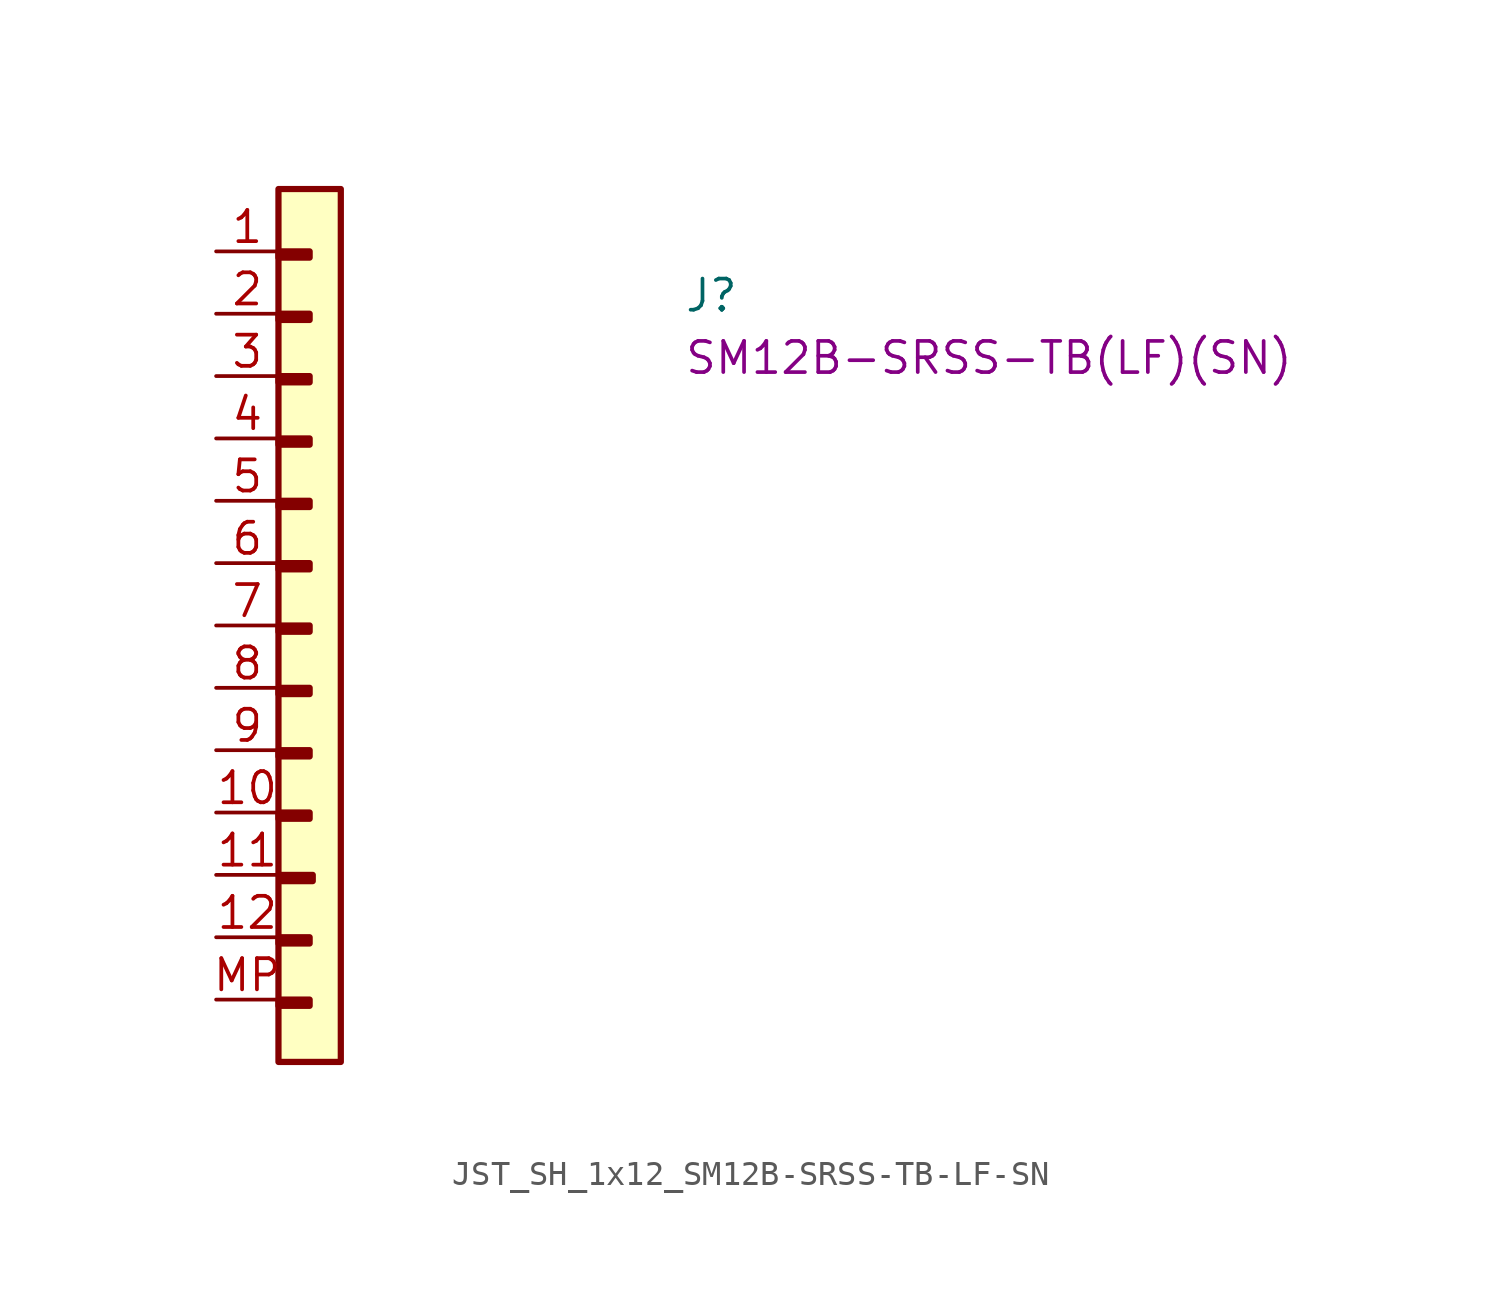
<source format=kicad_sym>
(kicad_symbol_lib
  (version 20220914)
  (generator kicad_symbol_editor)
  (symbol "JST_SH_1x12_SM12B-SRSS-TB-LF-SN"
    (property "Reference" "J"
      (at 19.05 -2.54 0)
      (effects (font (size 1.27 1.27) (thickness 0.15)) (justify left bottom)))
    (property "MPN" "SM12B-SRSS-TB(LF)(SN)"
      (at 19.05 -5.08 0)
      (effects (font (size 1.27 1.27) (thickness 0.15)) (justify left bottom)))
    (symbol "JST_SH_1x12_SM12B-SRSS-TB-LF-SN_1_1"
      (rectangle (start 2.54 -30.48) (end 3.81 -30.734) (stroke (width 0.254) (type default)) (fill (type background)))
      (rectangle (start 2.54 -27.94) (end 3.81 -28.194) (stroke (width 0.254) (type default)) (fill (type background)))
      (rectangle (start 2.54 -22.86) (end 3.81 -23.114) (stroke (width 0.254) (type default)) (fill (type background)))
      (rectangle (start 2.54 -20.32) (end 3.81 -20.574) (stroke (width 0.254) (type default)) (fill (type background)))
      (rectangle (start 2.54 -17.78) (end 3.81 -18.034) (stroke (width 0.254) (type default)) (fill (type background)))
      (rectangle (start 2.54 -15.24) (end 3.81 -15.494) (stroke (width 0.254) (type default)) (fill (type background)))
      (rectangle (start 2.54 -12.7) (end 3.81 -12.954) (stroke (width 0.254) (type default)) (fill (type background)))
      (rectangle (start 2.54 -10.16) (end 3.81 -10.414) (stroke (width 0.254) (type default)) (fill (type background)))
      (rectangle (start 2.54 -7.62) (end 3.81 -7.874) (stroke (width 0.254) (type default)) (fill (type background)))
      (rectangle (start 2.54 -5.08) (end 3.81 -5.334) (stroke (width 0.254) (type default)) (fill (type background)))
      (rectangle (start 2.54 -2.54) (end 3.81 -2.794) (stroke (width 0.254) (type default)) (fill (type background)))
      (rectangle (start 2.54 0) (end 3.81 -0.254) (stroke (width 0.254) (type default)) (fill (type background)))
      (rectangle (start 2.54 2.54) (end 5.08 -33.02) (stroke (width 0.254) (type default)) (fill (type background)))
      (rectangle (start 2.667 -25.4) (end 3.937 -25.654) (stroke (width 0.254) (type default)) (fill (type background)))
      (pin passive line (at 0 0 0) (length 2.54) (name "~" (effects (font (size 1.27 1.27)))) (number "1" (effects (font (size 1.27 1.27)))))
      (pin passive line (at 0 -22.86 0) (length 2.54) (name "~" (effects (font (size 1.27 1.27)))) (number "10" (effects (font (size 1.27 1.27)))))
      (pin passive line (at 0 -25.4 0) (length 2.54) (name "~" (effects (font (size 1.27 1.27)))) (number "11" (effects (font (size 1.27 1.27)))))
      (pin passive line (at 0 -27.94 0) (length 2.54) (name "~" (effects (font (size 1.27 1.27)))) (number "12" (effects (font (size 1.27 1.27)))))
      (pin passive line (at 0 -2.54 0) (length 2.54) (name "~" (effects (font (size 1.27 1.27)))) (number "2" (effects (font (size 1.27 1.27)))))
      (pin passive line (at 0 -5.08 0) (length 2.54) (name "~" (effects (font (size 1.27 1.27)))) (number "3" (effects (font (size 1.27 1.27)))))
      (pin passive line (at 0 -7.62 0) (length 2.54) (name "~" (effects (font (size 1.27 1.27)))) (number "4" (effects (font (size 1.27 1.27)))))
      (pin passive line (at 0 -10.16 0) (length 2.54) (name "~" (effects (font (size 1.27 1.27)))) (number "5" (effects (font (size 1.27 1.27)))))
      (pin passive line (at 0 -12.7 0) (length 2.54) (name "~" (effects (font (size 1.27 1.27)))) (number "6" (effects (font (size 1.27 1.27)))))
      (pin passive line (at 0 -15.24 0) (length 2.54) (name "~" (effects (font (size 1.27 1.27)))) (number "7" (effects (font (size 1.27 1.27)))))
      (pin passive line (at 0 -17.78 0) (length 2.54) (name "~" (effects (font (size 1.27 1.27)))) (number "8" (effects (font (size 1.27 1.27)))))
      (pin passive line (at 0 -20.32 0) (length 2.54) (name "~" (effects (font (size 1.27 1.27)))) (number "9" (effects (font (size 1.27 1.27)))))
      (pin passive line (at 0 -30.48 0) (length 2.54) (name "~" (effects (font (size 1.27 1.27)))) (number "MP" (effects (font (size 1.27 1.27))))))))
</source>
